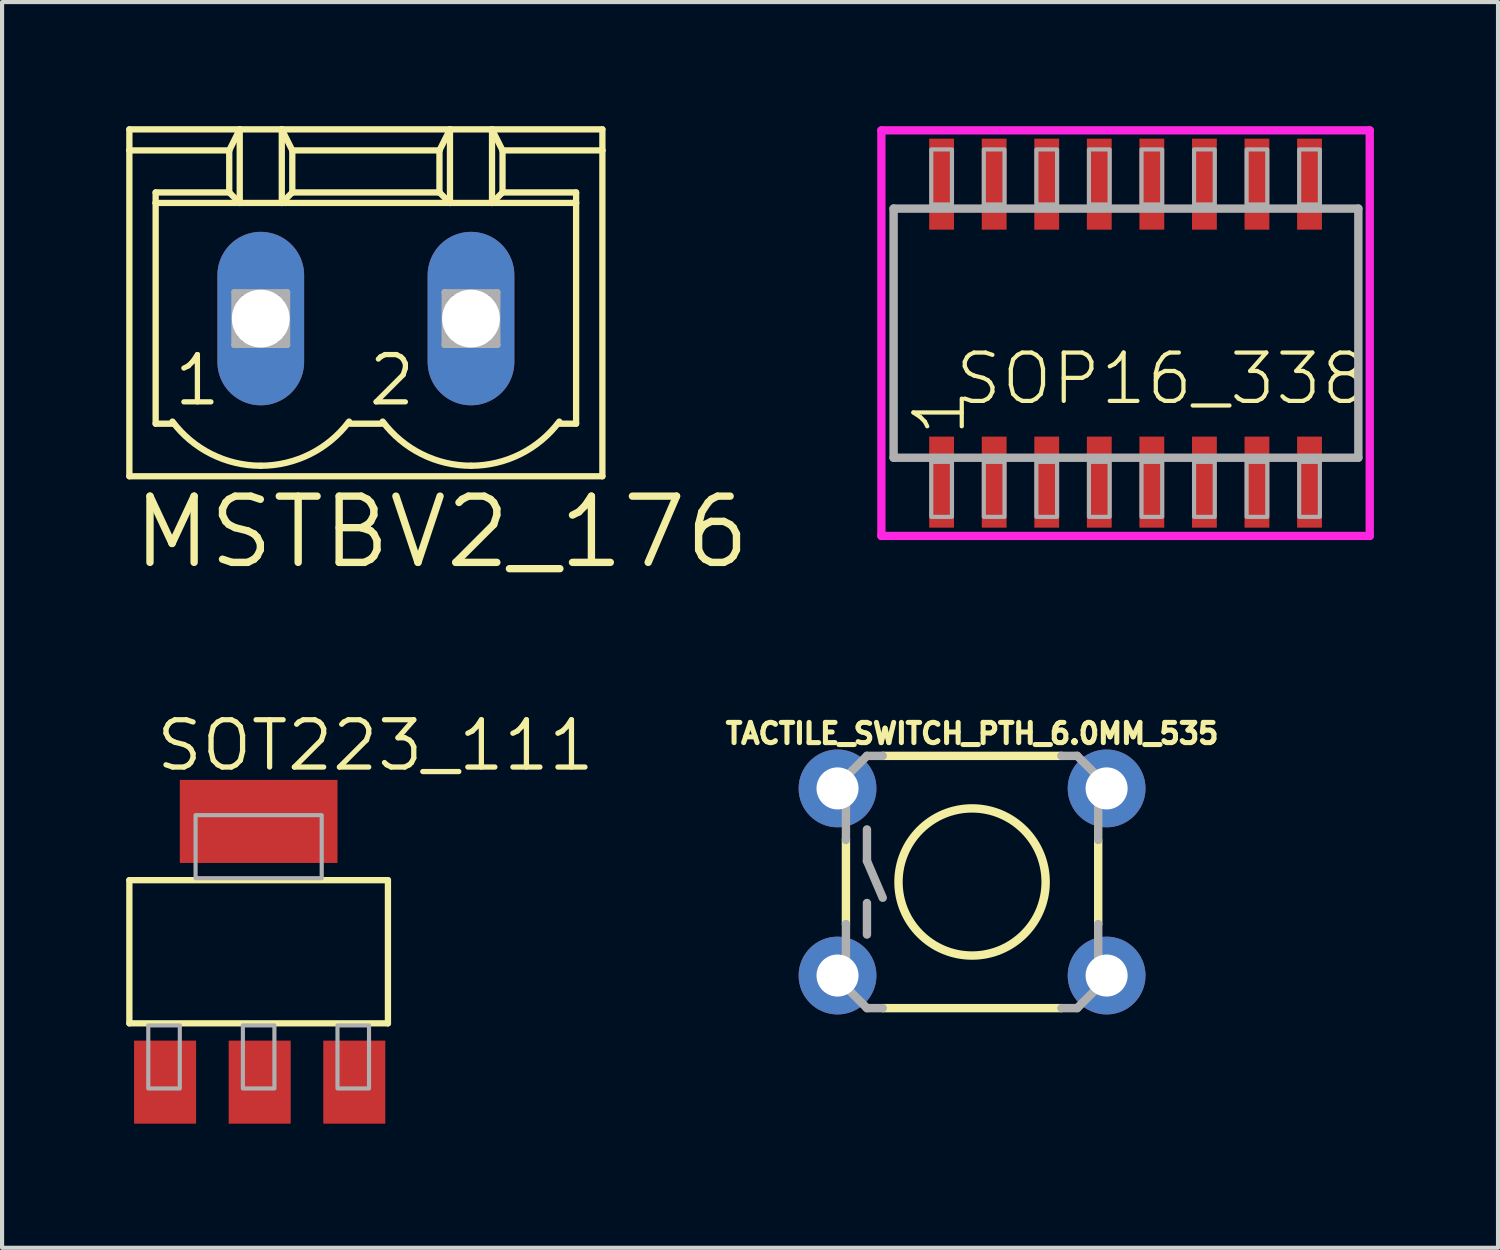
<source format=kicad_pcb>
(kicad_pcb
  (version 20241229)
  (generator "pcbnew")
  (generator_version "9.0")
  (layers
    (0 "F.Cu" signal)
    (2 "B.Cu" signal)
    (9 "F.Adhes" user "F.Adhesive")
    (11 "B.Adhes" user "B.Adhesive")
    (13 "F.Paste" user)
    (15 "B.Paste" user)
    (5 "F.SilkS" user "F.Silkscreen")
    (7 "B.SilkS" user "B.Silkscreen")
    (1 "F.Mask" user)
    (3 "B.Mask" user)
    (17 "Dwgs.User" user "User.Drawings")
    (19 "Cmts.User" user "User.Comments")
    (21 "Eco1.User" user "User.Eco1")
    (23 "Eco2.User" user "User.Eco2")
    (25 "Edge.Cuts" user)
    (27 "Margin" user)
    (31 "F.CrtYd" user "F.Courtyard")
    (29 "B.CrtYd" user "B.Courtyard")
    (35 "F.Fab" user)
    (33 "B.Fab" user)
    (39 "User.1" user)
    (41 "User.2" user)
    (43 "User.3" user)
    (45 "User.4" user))
  (footprint "SOT223_111"
    (layer "F.Cu")
    (at 3.2 19.949)
    (property "Reference" "SOT223_111" (at -2.54 -4.318 0) (unlocked yes) (layer "F.SilkS") (effects (font (size 1.143 1.143) (thickness 0.127)) (justify left bottom)))
    (fp_line (start -3.124 -1.731) (end -3.124 1.729) (stroke (width 0.152) (type solid)) (layer "F.SilkS"))
    (fp_line (start -3.124 -1.731) (end 3.124 -1.731) (stroke (width 0.152) (type solid)) (layer "F.SilkS"))
    (fp_line (start 3.124 1.729) (end -3.124 1.729) (stroke (width 0.152) (type solid)) (layer "F.SilkS"))
    (fp_line (start 3.124 1.729) (end 3.124 -1.731) (stroke (width 0.152) (type solid)) (layer "F.SilkS"))
    (fp_poly (pts (xy -2.667 3.302) (xy -1.905 3.302) (xy -1.905 1.778) (xy -2.667 1.778)) (stroke (width 0.1) (type default)) (fill no) (layer "F.Fab"))
    (fp_poly (pts (xy -1.524 -1.778) (xy 1.524 -1.778) (xy 1.524 -3.302) (xy -1.524 -3.302)) (stroke (width 0.1) (type default)) (fill no) (layer "F.Fab"))
    (fp_poly (pts (xy -0.381 3.302) (xy 0.381 3.302) (xy 0.381 1.778) (xy -0.381 1.778)) (stroke (width 0.1) (type default)) (fill no) (layer "F.Fab"))
    (fp_poly (pts (xy 1.905 3.302) (xy 2.667 3.302) (xy 2.667 1.778) (xy 1.905 1.778)) (stroke (width 0.1) (type default)) (fill no) (layer "F.Fab"))
    (pad "1" smd rect (at -2.261 3.15) (size 1.499 2.007) (layers "F.Cu" "F.Mask" "F.Paste"))
    (pad "2" smd rect (at 0.025 3.15) (size 1.499 2.007) (layers "F.Cu" "F.Mask" "F.Paste"))
    (pad "3" smd rect (at 2.311 3.15) (size 1.499 2.007) (layers "F.Cu" "F.Mask" "F.Paste"))
    (pad "4" smd rect (at 0 -3.15) (size 3.81 2.007) (layers "F.Cu" "F.Mask" "F.Paste")))
  (footprint "TACTILE_SWITCH_PTH_6.0MM_535"
    (layer "F.Cu")
    (at 20.439 18.262)
    (property "Reference" "TACTILE_SWITCH_PTH_6.0MM_535" (at 0 -3.302 0) (unlocked yes) (layer "F.SilkS") (effects (font (size 0.488 0.488) (thickness 0.122)) (justify bottom)))
    (fp_line (start -3.048 -1.028) (end -3.048 1.016) (stroke (width 0.203) (type solid)) (layer "F.SilkS"))
    (fp_line (start -2.159 3.048) (end 2.159 3.048) (stroke (width 0.203) (type solid)) (layer "F.SilkS"))
    (fp_line (start 2.159 -3.048) (end -2.159 -3.048) (stroke (width 0.203) (type solid)) (layer "F.SilkS"))
    (fp_line (start 3.048 -0.998) (end 3.048 1.016) (stroke (width 0.203) (type solid)) (layer "F.SilkS"))
    (fp_circle (center 0 0) (end 1.778 0) (stroke (width 0.203) (type solid)) (fill no) (layer "F.SilkS"))
    (fp_line (start -3.048 -2.54) (end -3.048 -1.016) (stroke (width 0.203) (type solid)) (layer "F.Fab"))
    (fp_line (start -3.048 2.54) (end -3.048 1.016) (stroke (width 0.203) (type solid)) (layer "F.Fab"))
    (fp_line (start -2.54 -3.048) (end -3.048 -2.54) (stroke (width 0.203) (type solid)) (layer "F.Fab"))
    (fp_line (start -2.54 -3.048) (end -2.159 -3.048) (stroke (width 0.203) (type solid)) (layer "F.Fab"))
    (fp_line (start -2.54 -1.27) (end -2.54 -0.508) (stroke (width 0.203) (type solid)) (layer "F.Fab"))
    (fp_line (start -2.54 -0.508) (end -2.159 0.381) (stroke (width 0.203) (type solid)) (layer "F.Fab"))
    (fp_line (start -2.54 0.508) (end -2.54 1.27) (stroke (width 0.203) (type solid)) (layer "F.Fab"))
    (fp_line (start -2.54 3.048) (end -3.048 2.54) (stroke (width 0.203) (type solid)) (layer "F.Fab"))
    (fp_line (start -2.54 3.048) (end -2.159 3.048) (stroke (width 0.203) (type solid)) (layer "F.Fab"))
    (fp_line (start 2.54 -3.048) (end 2.159 -3.048) (stroke (width 0.203) (type solid)) (layer "F.Fab"))
    (fp_line (start 2.54 3.048) (end 2.159 3.048) (stroke (width 0.203) (type solid)) (layer "F.Fab"))
    (fp_line (start 2.54 3.048) (end 3.048 2.54) (stroke (width 0.203) (type solid)) (layer "F.Fab"))
    (fp_line (start 3.048 -2.54) (end 2.54 -3.048) (stroke (width 0.203) (type solid)) (layer "F.Fab"))
    (fp_line (start 3.048 -1.016) (end 3.048 -2.54) (stroke (width 0.203) (type solid)) (layer "F.Fab"))
    (fp_line (start 3.048 2.54) (end 3.048 1.016) (stroke (width 0.203) (type solid)) (layer "F.Fab"))
    (pad "1" thru_hole circle (at -3.251 -2.261) (size 1.88 1.88) (drill 1.016) (layers "*.Cu" "*.Mask"))
    (pad "2" thru_hole circle (at 3.251 -2.261) (size 1.88 1.88) (drill 1.016) (layers "*.Cu" "*.Mask"))
    (pad "3" thru_hole circle (at -3.251 2.261) (size 1.88 1.88) (drill 1.016) (layers "*.Cu" "*.Mask"))
    (pad "4" thru_hole circle (at 3.251 2.261) (size 1.88 1.88) (drill 1.016) (layers "*.Cu" "*.Mask")))
  (footprint "SOP16_338"
    (layer "F.Cu")
    (at 24.148 5)
    (property "Reference" "SOP16_338" (at -4.175 1.785 0) (unlocked yes) (layer "F.SilkS") (effects (font (size 1.168 1.168) (thickness 0.102)) (justify left bottom)))
    (fp_line (start -5.9 -4.9) (end 5.9 -4.9) (stroke (width 0.2) (type solid)) (layer "F.CrtYd"))
    (fp_line (start -5.9 4.9) (end -5.9 -4.9) (stroke (width 0.2) (type solid)) (layer "F.CrtYd"))
    (fp_line (start 5.9 -4.9) (end 5.9 4.9) (stroke (width 0.2) (type solid)) (layer "F.CrtYd"))
    (fp_line (start 5.9 4.9) (end -5.9 4.9) (stroke (width 0.2) (type solid)) (layer "F.CrtYd"))
    (fp_line (start -5.605 -3.01) (end 5.625 -3.01) (stroke (width 0.203) (type solid)) (layer "F.Fab"))
    (fp_line (start -5.605 3.01) (end -5.605 -3.01) (stroke (width 0.203) (type solid)) (layer "F.Fab"))
    (fp_line (start 5.625 -3.01) (end 5.625 3.01) (stroke (width 0.203) (type solid)) (layer "F.Fab"))
    (fp_line (start 5.625 3.01) (end -5.605 3.01) (stroke (width 0.203) (type solid)) (layer "F.Fab"))
    (fp_poly (pts (xy -4.695 -3.11) (xy -4.195 -3.11) (xy -4.195 -4.44) (xy -4.695 -4.44)) (stroke (width 0.1) (type default)) (fill no) (layer "F.Fab"))
    (fp_poly (pts (xy -4.695 4.44) (xy -4.195 4.44) (xy -4.195 3.11) (xy -4.695 3.11)) (stroke (width 0.1) (type default)) (fill no) (layer "F.Fab"))
    (fp_poly (pts (xy -3.425 -3.11) (xy -2.925 -3.11) (xy -2.925 -4.44) (xy -3.425 -4.44)) (stroke (width 0.1) (type default)) (fill no) (layer "F.Fab"))
    (fp_poly (pts (xy -3.425 4.44) (xy -2.925 4.44) (xy -2.925 3.11) (xy -3.425 3.11)) (stroke (width 0.1) (type default)) (fill no) (layer "F.Fab"))
    (fp_poly (pts (xy -2.155 -3.11) (xy -1.655 -3.11) (xy -1.655 -4.44) (xy -2.155 -4.44)) (stroke (width 0.1) (type default)) (fill no) (layer "F.Fab"))
    (fp_poly (pts (xy -2.155 4.44) (xy -1.655 4.44) (xy -1.655 3.11) (xy -2.155 3.11)) (stroke (width 0.1) (type default)) (fill no) (layer "F.Fab"))
    (fp_poly (pts (xy -0.885 -3.11) (xy -0.385 -3.11) (xy -0.385 -4.44) (xy -0.885 -4.44)) (stroke (width 0.1) (type default)) (fill no) (layer "F.Fab"))
    (fp_poly (pts (xy -0.885 4.44) (xy -0.385 4.44) (xy -0.385 3.11) (xy -0.885 3.11)) (stroke (width 0.1) (type default)) (fill no) (layer "F.Fab"))
    (fp_poly (pts (xy 0.385 -3.11) (xy 0.885 -3.11) (xy 0.885 -4.44) (xy 0.385 -4.44)) (stroke (width 0.1) (type default)) (fill no) (layer "F.Fab"))
    (fp_poly (pts (xy 0.385 4.44) (xy 0.885 4.44) (xy 0.885 3.11) (xy 0.385 3.11)) (stroke (width 0.1) (type default)) (fill no) (layer "F.Fab"))
    (fp_poly (pts (xy 1.655 -3.11) (xy 2.155 -3.11) (xy 2.155 -4.44) (xy 1.655 -4.44)) (stroke (width 0.1) (type default)) (fill no) (layer "F.Fab"))
    (fp_poly (pts (xy 1.655 4.44) (xy 2.155 4.44) (xy 2.155 3.11) (xy 1.655 3.11)) (stroke (width 0.1) (type default)) (fill no) (layer "F.Fab"))
    (fp_poly (pts (xy 2.925 -3.11) (xy 3.425 -3.11) (xy 3.425 -4.44) (xy 2.925 -4.44)) (stroke (width 0.1) (type default)) (fill no) (layer "F.Fab"))
    (fp_poly (pts (xy 2.925 4.44) (xy 3.425 4.44) (xy 3.425 3.11) (xy 2.925 3.11)) (stroke (width 0.1) (type default)) (fill no) (layer "F.Fab"))
    (fp_poly (pts (xy 4.195 -3.11) (xy 4.695 -3.11) (xy 4.695 -4.44) (xy 4.195 -4.44)) (stroke (width 0.1) (type default)) (fill no) (layer "F.Fab"))
    (fp_poly (pts (xy 4.195 4.44) (xy 4.695 4.44) (xy 4.695 3.11) (xy 4.195 3.11)) (stroke (width 0.1) (type default)) (fill no) (layer "F.Fab"))
    (fp_text user "1" (at -3.81 2.54 90) (unlocked yes) (layer "F.SilkS") (effects (font (size 1.168 1.168) (thickness 0.102)) (justify left bottom)))
    (pad "1" smd rect (at -4.445 3.6) (size 0.6 2.2) (layers "F.Cu" "F.Mask" "F.Paste"))
    (pad "2" smd rect (at -3.175 3.6) (size 0.6 2.2) (layers "F.Cu" "F.Mask" "F.Paste"))
    (pad "3" smd rect (at -1.905 3.6) (size 0.6 2.2) (layers "F.Cu" "F.Mask" "F.Paste"))
    (pad "4" smd rect (at -0.635 3.6) (size 0.6 2.2) (layers "F.Cu" "F.Mask" "F.Paste"))
    (pad "5" smd rect (at 0.635 3.6) (size 0.6 2.2) (layers "F.Cu" "F.Mask" "F.Paste"))
    (pad "6" smd rect (at 1.905 3.6) (size 0.6 2.2) (layers "F.Cu" "F.Mask" "F.Paste"))
    (pad "7" smd rect (at 3.175 3.6) (size 0.6 2.2) (layers "F.Cu" "F.Mask" "F.Paste"))
    (pad "8" smd rect (at 4.445 3.6) (size 0.6 2.2) (layers "F.Cu" "F.Mask" "F.Paste"))
    (pad "9" smd rect (at 4.445 -3.6) (size 0.6 2.2) (layers "F.Cu" "F.Mask" "F.Paste"))
    (pad "10" smd rect (at 3.175 -3.6) (size 0.6 2.2) (layers "F.Cu" "F.Mask" "F.Paste"))
    (pad "11" smd rect (at 1.905 -3.6) (size 0.6 2.2) (layers "F.Cu" "F.Mask" "F.Paste"))
    (pad "12" smd rect (at 0.635 -3.6) (size 0.6 2.2) (layers "F.Cu" "F.Mask" "F.Paste"))
    (pad "13" smd rect (at -0.635 -3.6) (size 0.6 2.2) (layers "F.Cu" "F.Mask" "F.Paste"))
    (pad "14" smd rect (at -1.905 -3.6) (size 0.6 2.2) (layers "F.Cu" "F.Mask" "F.Paste"))
    (pad "15" smd rect (at -3.175 -3.6) (size 0.6 2.2) (layers "F.Cu" "F.Mask" "F.Paste"))
    (pad "16" smd rect (at -4.445 -3.6) (size 0.6 2.2) (layers "F.Cu" "F.Mask" "F.Paste")))
  (footprint "MSTBV2_176"
    (layer "F.Cu")
    (at 5.791 4.648)
    (property "Reference" "MSTBV2_176" (at -5.715 6.096 0) (unlocked yes) (layer "F.SilkS") (effects (font (size 1.6 1.6) (thickness 0.178)) (justify left bottom)))
    (fp_line (start -5.715 -4.572) (end -5.715 -4.064) (stroke (width 0.152) (type solid)) (layer "F.SilkS"))
    (fp_line (start -5.715 -4.572) (end -3.048 -4.572) (stroke (width 0.152) (type solid)) (layer "F.SilkS"))
    (fp_line (start -5.715 -4.064) (end -5.715 3.81) (stroke (width 0.152) (type solid)) (layer "F.SilkS"))
    (fp_line (start -5.715 -4.064) (end -3.302 -4.064) (stroke (width 0.152) (type solid)) (layer "F.SilkS"))
    (fp_line (start -5.715 3.81) (end 5.715 3.81) (stroke (width 0.152) (type solid)) (layer "F.SilkS"))
    (fp_line (start -5.08 -2.794) (end -5.08 -3.048) (stroke (width 0.152) (type solid)) (layer "F.SilkS"))
    (fp_line (start -5.08 -2.794) (end -3.048 -2.794) (stroke (width 0.152) (type solid)) (layer "F.SilkS"))
    (fp_line (start -5.08 2.54) (end -5.08 -2.794) (stroke (width 0.152) (type solid)) (layer "F.SilkS"))
    (fp_line (start -5.08 2.54) (end -4.648 2.54) (stroke (width 0.152) (type solid)) (layer "F.SilkS"))
    (fp_line (start -3.302 -4.064) (end -3.302 -3.048) (stroke (width 0.152) (type solid)) (layer "F.SilkS"))
    (fp_line (start -3.302 -4.064) (end -3.048 -4.572) (stroke (width 0.152) (type solid)) (layer "F.SilkS"))
    (fp_line (start -3.302 -3.048) (end -5.08 -3.048) (stroke (width 0.152) (type solid)) (layer "F.SilkS"))
    (fp_line (start -3.302 -3.048) (end -3.048 -2.794) (stroke (width 0.152) (type solid)) (layer "F.SilkS"))
    (fp_line (start -3.048 -4.572) (end -2.032 -4.572) (stroke (width 0.152) (type solid)) (layer "F.SilkS"))
    (fp_line (start -3.048 -2.794) (end -3.048 -4.572) (stroke (width 0.152) (type solid)) (layer "F.SilkS"))
    (fp_line (start -3.048 -2.794) (end -2.032 -2.794) (stroke (width 0.152) (type solid)) (layer "F.SilkS"))
    (fp_line (start -2.032 -4.572) (end -1.778 -4.064) (stroke (width 0.152) (type solid)) (layer "F.SilkS"))
    (fp_line (start -2.032 -4.572) (end 2.032 -4.572) (stroke (width 0.152) (type solid)) (layer "F.SilkS"))
    (fp_line (start -2.032 -2.794) (end -2.032 -4.572) (stroke (width 0.152) (type solid)) (layer "F.SilkS"))
    (fp_line (start -2.032 -2.794) (end 2.032 -2.794) (stroke (width 0.152) (type solid)) (layer "F.SilkS"))
    (fp_line (start -1.778 -4.064) (end -1.778 -3.048) (stroke (width 0.152) (type solid)) (layer "F.SilkS"))
    (fp_line (start -1.778 -4.064) (end 1.778 -4.064) (stroke (width 0.152) (type solid)) (layer "F.SilkS"))
    (fp_line (start -1.778 -3.048) (end -2.032 -2.794) (stroke (width 0.152) (type solid)) (layer "F.SilkS"))
    (fp_line (start -0.381 2.54) (end 0.381 2.54) (stroke (width 0.152) (type solid)) (layer "F.SilkS"))
    (fp_line (start 1.778 -4.064) (end 1.778 -3.048) (stroke (width 0.152) (type solid)) (layer "F.SilkS"))
    (fp_line (start 1.778 -4.064) (end 2.032 -4.572) (stroke (width 0.152) (type solid)) (layer "F.SilkS"))
    (fp_line (start 1.778 -3.048) (end -1.778 -3.048) (stroke (width 0.152) (type solid)) (layer "F.SilkS"))
    (fp_line (start 1.778 -3.048) (end 2.032 -2.794) (stroke (width 0.152) (type solid)) (layer "F.SilkS"))
    (fp_line (start 2.032 -4.572) (end 3.048 -4.572) (stroke (width 0.152) (type solid)) (layer "F.SilkS"))
    (fp_line (start 2.032 -2.794) (end 2.032 -4.572) (stroke (width 0.152) (type solid)) (layer "F.SilkS"))
    (fp_line (start 2.032 -2.794) (end 3.048 -2.794) (stroke (width 0.152) (type solid)) (layer "F.SilkS"))
    (fp_line (start 3.048 -4.572) (end 3.302 -4.064) (stroke (width 0.152) (type solid)) (layer "F.SilkS"))
    (fp_line (start 3.048 -4.572) (end 5.715 -4.572) (stroke (width 0.152) (type solid)) (layer "F.SilkS"))
    (fp_line (start 3.048 -2.794) (end 3.048 -4.572) (stroke (width 0.152) (type solid)) (layer "F.SilkS"))
    (fp_line (start 3.048 -2.794) (end 5.08 -2.794) (stroke (width 0.152) (type solid)) (layer "F.SilkS"))
    (fp_line (start 3.302 -4.064) (end 3.302 -3.048) (stroke (width 0.152) (type solid)) (layer "F.SilkS"))
    (fp_line (start 3.302 -4.064) (end 5.715 -4.064) (stroke (width 0.152) (type solid)) (layer "F.SilkS"))
    (fp_line (start 3.302 -3.048) (end 3.048 -2.794) (stroke (width 0.152) (type solid)) (layer "F.SilkS"))
    (fp_line (start 3.302 -3.048) (end 5.08 -3.048) (stroke (width 0.152) (type solid)) (layer "F.SilkS"))
    (fp_line (start 4.648 2.54) (end 5.08 2.54) (stroke (width 0.152) (type solid)) (layer "F.SilkS"))
    (fp_line (start 5.08 -3.048) (end 5.08 -2.794) (stroke (width 0.152) (type solid)) (layer "F.SilkS"))
    (fp_line (start 5.08 -2.794) (end 5.08 2.54) (stroke (width 0.152) (type solid)) (layer "F.SilkS"))
    (fp_line (start 5.715 -4.064) (end 5.715 -4.572) (stroke (width 0.152) (type solid)) (layer "F.SilkS"))
    (fp_line (start 5.715 3.81) (end 5.715 -4.064) (stroke (width 0.152) (type solid)) (layer "F.SilkS"))
    (fp_arc (start -2.539999 3.556) (mid -3.732718 3.274437) (end -4.6736 2.4892) (stroke (width 0.1524) (type solid)) (layer "F.SilkS"))
    (fp_arc (start -0.406399 2.4892) (mid -1.347281 3.274438) (end -2.54 3.556) (stroke (width 0.1524) (type solid)) (layer "F.SilkS"))
    (fp_arc (start 2.540001 3.556) (mid 1.347282 3.274438) (end 0.4064 2.4892) (stroke (width 0.1524) (type solid)) (layer "F.SilkS"))
    (fp_arc (start 4.6736 2.489199) (mid 3.732719 3.274437) (end 2.54 3.556) (stroke (width 0.1524) (type solid)) (layer "F.SilkS"))
    (fp_line (start -3.175 -0.635) (end -3.175 0.635) (stroke (width 0.152) (type solid)) (layer "F.Fab"))
    (fp_line (start -3.175 -0.635) (end -1.905 0.635) (stroke (width 0.152) (type solid)) (layer "F.Fab"))
    (fp_line (start -3.175 0.635) (end -1.905 -0.635) (stroke (width 0.152) (type solid)) (layer "F.Fab"))
    (fp_line (start -3.175 0.635) (end -1.905 0.635) (stroke (width 0.152) (type solid)) (layer "F.Fab"))
    (fp_line (start -1.905 -0.635) (end -3.175 -0.635) (stroke (width 0.152) (type solid)) (layer "F.Fab"))
    (fp_line (start -1.905 0.635) (end -1.905 -0.635) (stroke (width 0.152) (type solid)) (layer "F.Fab"))
    (fp_line (start 1.905 -0.635) (end 1.905 0.635) (stroke (width 0.152) (type solid)) (layer "F.Fab"))
    (fp_line (start 1.905 -0.635) (end 3.175 0.635) (stroke (width 0.152) (type solid)) (layer "F.Fab"))
    (fp_line (start 1.905 0.635) (end 3.175 -0.635) (stroke (width 0.152) (type solid)) (layer "F.Fab"))
    (fp_line (start 1.905 0.635) (end 3.175 0.635) (stroke (width 0.152) (type solid)) (layer "F.Fab"))
    (fp_line (start 3.175 -0.635) (end 1.905 -0.635) (stroke (width 0.152) (type solid)) (layer "F.Fab"))
    (fp_line (start 3.175 0.635) (end 3.175 -0.635) (stroke (width 0.152) (type solid)) (layer "F.Fab"))
    (fp_text user "2" (at 0 2.159 0) (unlocked yes) (layer "F.SilkS") (effects (font (size 1.143 1.143) (thickness 0.127)) (justify left bottom)))
    (fp_text user "1" (at -4.699 2.159 0) (unlocked yes) (layer "F.SilkS") (effects (font (size 1.143 1.143) (thickness 0.127)) (justify left bottom)))
    (pad "1" thru_hole oval (at -2.54 0 90) (size 4.191 2.095) (drill 1.397) (layers "*.Cu" "*.Mask"))
    (pad "2" thru_hole oval (at 2.54 0 90) (size 4.191 2.095) (drill 1.397) (layers "*.Cu" "*.Mask")))
  (gr_rect
    (start -3 -3)
    (end 33.148 27.102)
    (stroke (width 0.1) (type default))
    (fill no)
    (layer "Edge.Cuts")))
</source>
